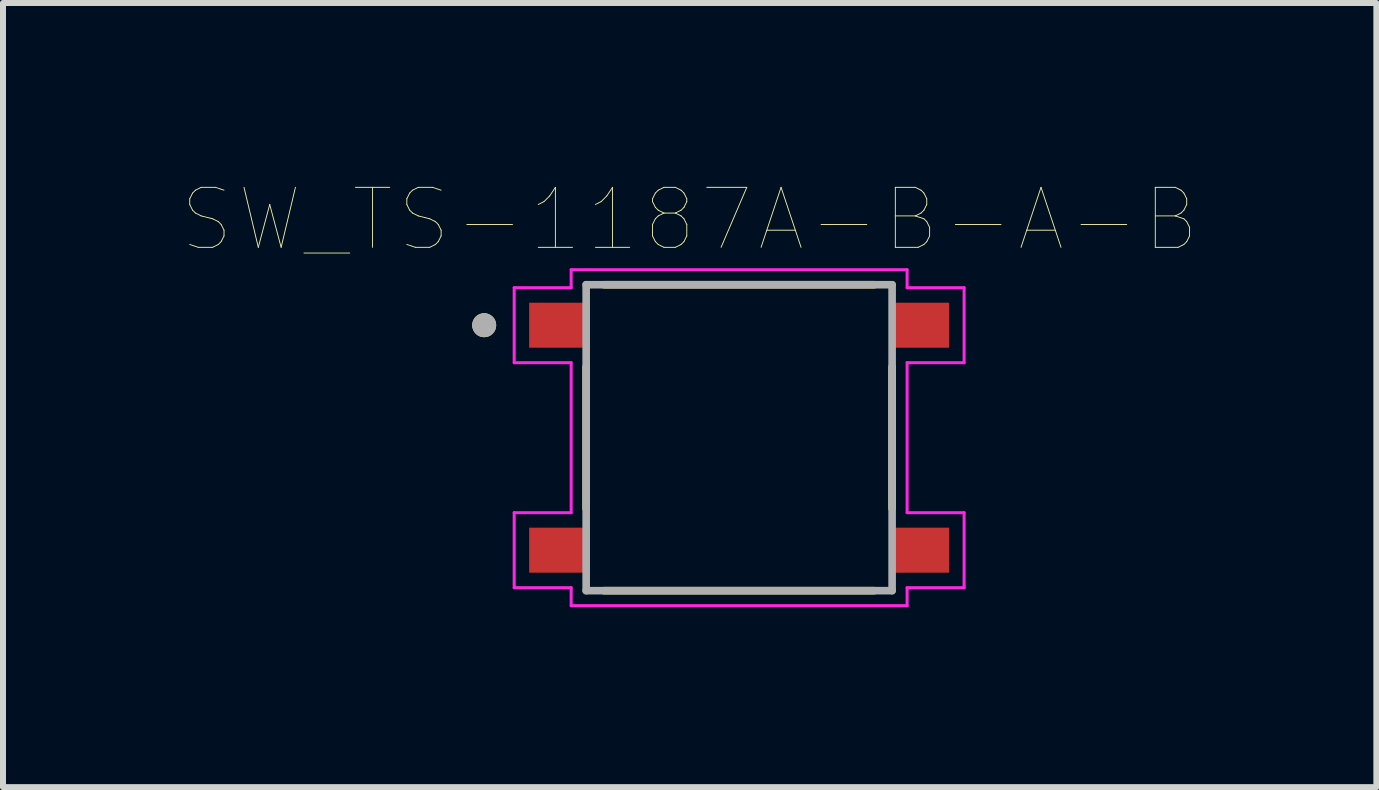
<source format=kicad_pcb>
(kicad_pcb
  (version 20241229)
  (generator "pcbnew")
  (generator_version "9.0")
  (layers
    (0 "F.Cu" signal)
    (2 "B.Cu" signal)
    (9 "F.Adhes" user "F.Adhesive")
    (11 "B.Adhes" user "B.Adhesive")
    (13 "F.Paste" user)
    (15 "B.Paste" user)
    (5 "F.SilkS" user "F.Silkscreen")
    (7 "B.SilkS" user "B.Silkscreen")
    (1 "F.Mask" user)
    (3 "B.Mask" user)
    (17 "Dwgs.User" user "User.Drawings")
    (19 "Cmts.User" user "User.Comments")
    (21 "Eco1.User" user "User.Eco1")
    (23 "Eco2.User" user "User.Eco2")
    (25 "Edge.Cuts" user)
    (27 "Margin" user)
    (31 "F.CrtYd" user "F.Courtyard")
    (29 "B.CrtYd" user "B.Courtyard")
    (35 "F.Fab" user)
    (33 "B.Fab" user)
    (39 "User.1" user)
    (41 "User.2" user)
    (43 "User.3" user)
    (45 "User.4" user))
  (footprint "SW_TS-1187A-B-A-B"
    (layer "F.Cu")
    (at 9.271 4.246)
    (property "Reference" "SW_TS-1187A-B-A-B" (at -0.825 -3.635 0) (layer "F.SilkS") (effects (font (size 1 1) (thickness 0.015))))
    (attr through_hole)
    (fp_line (start -2.55 -1.18) (end -2.55 1.18) (stroke (width 0.127) (type solid)) (layer "F.SilkS"))
    (fp_line (start 2.25 -2.55) (end -2.25 -2.55) (stroke (width 0.127) (type solid)) (layer "F.SilkS"))
    (fp_line (start 2.25 2.55) (end -2.25 2.55) (stroke (width 0.127) (type solid)) (layer "F.SilkS"))
    (fp_line (start 2.55 1.18) (end 2.55 -1.18) (stroke (width 0.127) (type solid)) (layer "F.SilkS"))
    (fp_circle (center -4.25 -1.875) (end -4.15 -1.875) (stroke (width 0.2) (type solid)) (fill no) (layer "F.SilkS"))
    (fp_line (start -3.75 -2.5) (end -3.75 -1.25) (stroke (width 0.05) (type solid)) (layer "F.CrtYd"))
    (fp_line (start -3.75 -2.5) (end -2.8 -2.5) (stroke (width 0.05) (type solid)) (layer "F.CrtYd"))
    (fp_line (start -3.75 -1.25) (end -2.8 -1.25) (stroke (width 0.05) (type solid)) (layer "F.CrtYd"))
    (fp_line (start -3.75 1.25) (end -2.8 1.25) (stroke (width 0.05) (type solid)) (layer "F.CrtYd"))
    (fp_line (start -3.75 2.5) (end -3.75 1.25) (stroke (width 0.05) (type solid)) (layer "F.CrtYd"))
    (fp_line (start -3.75 2.5) (end -2.8 2.5) (stroke (width 0.05) (type solid)) (layer "F.CrtYd"))
    (fp_line (start -2.8 -2.8) (end -2.8 -2.5) (stroke (width 0.05) (type solid)) (layer "F.CrtYd"))
    (fp_line (start -2.8 -1.25) (end -2.8 1.25) (stroke (width 0.05) (type solid)) (layer "F.CrtYd"))
    (fp_line (start -2.8 2.8) (end -2.8 2.5) (stroke (width 0.05) (type solid)) (layer "F.CrtYd"))
    (fp_line (start -2.8 2.8) (end 2.8 2.8) (stroke (width 0.05) (type solid)) (layer "F.CrtYd"))
    (fp_line (start 2.8 -2.8) (end -2.8 -2.8) (stroke (width 0.05) (type solid)) (layer "F.CrtYd"))
    (fp_line (start 2.8 -2.8) (end 2.8 -2.5) (stroke (width 0.05) (type solid)) (layer "F.CrtYd"))
    (fp_line (start 2.8 -1.25) (end 2.8 1.25) (stroke (width 0.05) (type solid)) (layer "F.CrtYd"))
    (fp_line (start 2.8 2.8) (end 2.8 2.5) (stroke (width 0.05) (type solid)) (layer "F.CrtYd"))
    (fp_line (start 3.75 -2.5) (end 2.8 -2.5) (stroke (width 0.05) (type solid)) (layer "F.CrtYd"))
    (fp_line (start 3.75 -2.5) (end 3.75 -1.25) (stroke (width 0.05) (type solid)) (layer "F.CrtYd"))
    (fp_line (start 3.75 -1.25) (end 2.8 -1.25) (stroke (width 0.05) (type solid)) (layer "F.CrtYd"))
    (fp_line (start 3.75 1.25) (end 2.8 1.25) (stroke (width 0.05) (type solid)) (layer "F.CrtYd"))
    (fp_line (start 3.75 2.5) (end 2.8 2.5) (stroke (width 0.05) (type solid)) (layer "F.CrtYd"))
    (fp_line (start 3.75 2.5) (end 3.75 1.25) (stroke (width 0.05) (type solid)) (layer "F.CrtYd"))
    (fp_line (start -2.55 -2.55) (end -2.55 2.55) (stroke (width 0.127) (type solid)) (layer "F.Fab"))
    (fp_line (start -2.55 2.55) (end 2.55 2.55) (stroke (width 0.127) (type solid)) (layer "F.Fab"))
    (fp_line (start 2.55 -2.55) (end -2.55 -2.55) (stroke (width 0.127) (type solid)) (layer "F.Fab"))
    (fp_line (start 2.55 2.55) (end 2.55 -2.55) (stroke (width 0.127) (type solid)) (layer "F.Fab"))
    (fp_circle (center -4.25 -1.875) (end -4.15 -1.875) (stroke (width 0.2) (type solid)) (fill no) (layer "F.Fab"))
    (pad "1" smd rect (at -3 -1.875) (size 1 0.75) (layers "F.Cu" "F.Mask" "F.Paste"))
    (pad "1" smd rect (at 3 -1.875) (size 1 0.75) (layers "F.Cu" "F.Mask" "F.Paste"))
    (pad "2" smd rect (at -3 1.875) (size 1 0.75) (layers "F.Cu" "F.Mask" "F.Paste"))
    (pad "2" smd rect (at 3 1.875) (size 1 0.75) (layers "F.Cu" "F.Mask" "F.Paste")))
  (gr_rect
    (start -3 -3)
    (end 19.893 10.071)
    (stroke (width 0.1) (type default))
    (fill no)
    (layer "Edge.Cuts")))
</source>
